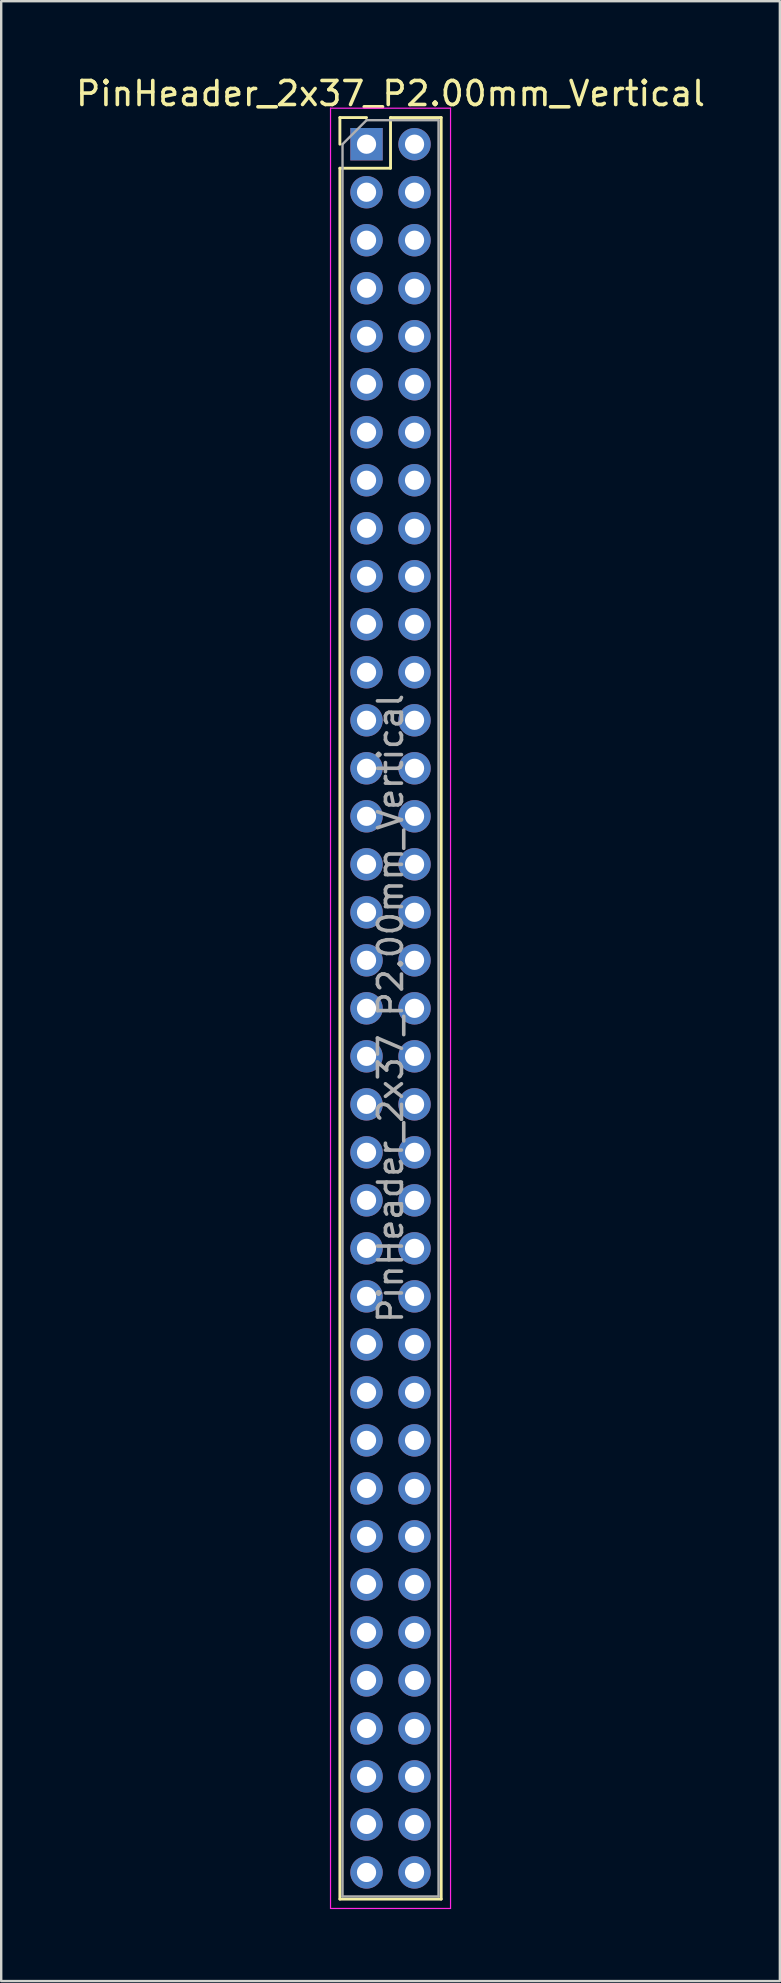
<source format=kicad_pcb>
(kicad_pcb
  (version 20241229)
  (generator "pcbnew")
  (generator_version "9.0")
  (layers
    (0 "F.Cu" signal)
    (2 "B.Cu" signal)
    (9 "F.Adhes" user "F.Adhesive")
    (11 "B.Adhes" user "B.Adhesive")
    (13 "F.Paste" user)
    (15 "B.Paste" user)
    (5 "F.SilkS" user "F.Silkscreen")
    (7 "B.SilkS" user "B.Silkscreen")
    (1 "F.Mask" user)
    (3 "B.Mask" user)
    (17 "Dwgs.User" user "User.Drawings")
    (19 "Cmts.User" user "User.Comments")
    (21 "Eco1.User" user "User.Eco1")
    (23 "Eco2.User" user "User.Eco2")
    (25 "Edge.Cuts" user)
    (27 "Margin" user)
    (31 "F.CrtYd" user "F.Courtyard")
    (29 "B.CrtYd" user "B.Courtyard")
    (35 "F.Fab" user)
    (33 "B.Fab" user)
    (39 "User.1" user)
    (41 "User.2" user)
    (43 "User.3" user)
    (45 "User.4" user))
  (footprint "PinHeader_2x37_P2.00mm_Vertical"
    (layer "F.Cu")
    (at 12.22 2.958)
    (property "Reference" "PinHeader_2x37_P2.00mm_Vertical" (at 1 -2.11 0) (layer "F.SilkS") (effects (font (size 1 1) (thickness 0.15))))
    (attr through_hole)
    (fp_line (start -1.11 -1.11) (end 0 -1.11) (stroke (width 0.12) (type solid)) (layer "F.SilkS"))
    (fp_line (start -1.11 0) (end -1.11 -1.11) (stroke (width 0.12) (type solid)) (layer "F.SilkS"))
    (fp_line (start -1.11 1) (end -1.11 73.11) (stroke (width 0.12) (type solid)) (layer "F.SilkS"))
    (fp_line (start -1.11 1) (end 1 1) (stroke (width 0.12) (type solid)) (layer "F.SilkS"))
    (fp_line (start -1.11 73.11) (end 3.11 73.11) (stroke (width 0.12) (type solid)) (layer "F.SilkS"))
    (fp_line (start 1 -1.11) (end 3.11 -1.11) (stroke (width 0.12) (type solid)) (layer "F.SilkS"))
    (fp_line (start 1 1) (end 1 -1.11) (stroke (width 0.12) (type solid)) (layer "F.SilkS"))
    (fp_line (start 3.11 -1.11) (end 3.11 73.11) (stroke (width 0.12) (type solid)) (layer "F.SilkS"))
    (fp_line (start -1.5 -1.5) (end -1.5 73.5) (stroke (width 0.05) (type solid)) (layer "F.CrtYd"))
    (fp_line (start -1.5 73.5) (end 3.5 73.5) (stroke (width 0.05) (type solid)) (layer "F.CrtYd"))
    (fp_line (start 3.5 -1.5) (end -1.5 -1.5) (stroke (width 0.05) (type solid)) (layer "F.CrtYd"))
    (fp_line (start 3.5 73.5) (end 3.5 -1.5) (stroke (width 0.05) (type solid)) (layer "F.CrtYd"))
    (fp_line (start -1 0) (end 0 -1) (stroke (width 0.1) (type solid)) (layer "F.Fab"))
    (fp_line (start -1 73) (end -1 0) (stroke (width 0.1) (type solid)) (layer "F.Fab"))
    (fp_line (start 0 -1) (end 3 -1) (stroke (width 0.1) (type solid)) (layer "F.Fab"))
    (fp_line (start 3 -1) (end 3 73) (stroke (width 0.1) (type solid)) (layer "F.Fab"))
    (fp_line (start 3 73) (end -1 73) (stroke (width 0.1) (type solid)) (layer "F.Fab"))
    (fp_text user "${REFERENCE}" (at 1 36 90) (layer "F.Fab") (effects (font (size 1 1) (thickness 0.15))))
    (pad "1" thru_hole rect (at 0 0) (size 1.35 1.35) (drill 0.8) (layers "*.Cu" "*.Mask"))
    (pad "2" thru_hole circle (at 2 0) (size 1.35 1.35) (drill 0.8) (layers "*.Cu" "*.Mask"))
    (pad "3" thru_hole circle (at 0 2) (size 1.35 1.35) (drill 0.8) (layers "*.Cu" "*.Mask"))
    (pad "4" thru_hole circle (at 2 2) (size 1.35 1.35) (drill 0.8) (layers "*.Cu" "*.Mask"))
    (pad "5" thru_hole circle (at 0 4) (size 1.35 1.35) (drill 0.8) (layers "*.Cu" "*.Mask"))
    (pad "6" thru_hole circle (at 2 4) (size 1.35 1.35) (drill 0.8) (layers "*.Cu" "*.Mask"))
    (pad "7" thru_hole circle (at 0 6) (size 1.35 1.35) (drill 0.8) (layers "*.Cu" "*.Mask"))
    (pad "8" thru_hole circle (at 2 6) (size 1.35 1.35) (drill 0.8) (layers "*.Cu" "*.Mask"))
    (pad "9" thru_hole circle (at 0 8) (size 1.35 1.35) (drill 0.8) (layers "*.Cu" "*.Mask"))
    (pad "10" thru_hole circle (at 2 8) (size 1.35 1.35) (drill 0.8) (layers "*.Cu" "*.Mask"))
    (pad "11" thru_hole circle (at 0 10) (size 1.35 1.35) (drill 0.8) (layers "*.Cu" "*.Mask"))
    (pad "12" thru_hole circle (at 2 10) (size 1.35 1.35) (drill 0.8) (layers "*.Cu" "*.Mask"))
    (pad "13" thru_hole circle (at 0 12) (size 1.35 1.35) (drill 0.8) (layers "*.Cu" "*.Mask"))
    (pad "14" thru_hole circle (at 2 12) (size 1.35 1.35) (drill 0.8) (layers "*.Cu" "*.Mask"))
    (pad "15" thru_hole circle (at 0 14) (size 1.35 1.35) (drill 0.8) (layers "*.Cu" "*.Mask"))
    (pad "16" thru_hole circle (at 2 14) (size 1.35 1.35) (drill 0.8) (layers "*.Cu" "*.Mask"))
    (pad "17" thru_hole circle (at 0 16) (size 1.35 1.35) (drill 0.8) (layers "*.Cu" "*.Mask"))
    (pad "18" thru_hole circle (at 2 16) (size 1.35 1.35) (drill 0.8) (layers "*.Cu" "*.Mask"))
    (pad "19" thru_hole circle (at 0 18) (size 1.35 1.35) (drill 0.8) (layers "*.Cu" "*.Mask"))
    (pad "20" thru_hole circle (at 2 18) (size 1.35 1.35) (drill 0.8) (layers "*.Cu" "*.Mask"))
    (pad "21" thru_hole circle (at 0 20) (size 1.35 1.35) (drill 0.8) (layers "*.Cu" "*.Mask"))
    (pad "22" thru_hole circle (at 2 20) (size 1.35 1.35) (drill 0.8) (layers "*.Cu" "*.Mask"))
    (pad "23" thru_hole circle (at 0 22) (size 1.35 1.35) (drill 0.8) (layers "*.Cu" "*.Mask"))
    (pad "24" thru_hole circle (at 2 22) (size 1.35 1.35) (drill 0.8) (layers "*.Cu" "*.Mask"))
    (pad "25" thru_hole circle (at 0 24) (size 1.35 1.35) (drill 0.8) (layers "*.Cu" "*.Mask"))
    (pad "26" thru_hole circle (at 2 24) (size 1.35 1.35) (drill 0.8) (layers "*.Cu" "*.Mask"))
    (pad "27" thru_hole circle (at 0 26) (size 1.35 1.35) (drill 0.8) (layers "*.Cu" "*.Mask"))
    (pad "28" thru_hole circle (at 2 26) (size 1.35 1.35) (drill 0.8) (layers "*.Cu" "*.Mask"))
    (pad "29" thru_hole circle (at 0 28) (size 1.35 1.35) (drill 0.8) (layers "*.Cu" "*.Mask"))
    (pad "30" thru_hole circle (at 2 28) (size 1.35 1.35) (drill 0.8) (layers "*.Cu" "*.Mask"))
    (pad "31" thru_hole circle (at 0 30) (size 1.35 1.35) (drill 0.8) (layers "*.Cu" "*.Mask"))
    (pad "32" thru_hole circle (at 2 30) (size 1.35 1.35) (drill 0.8) (layers "*.Cu" "*.Mask"))
    (pad "33" thru_hole circle (at 0 32) (size 1.35 1.35) (drill 0.8) (layers "*.Cu" "*.Mask"))
    (pad "34" thru_hole circle (at 2 32) (size 1.35 1.35) (drill 0.8) (layers "*.Cu" "*.Mask"))
    (pad "35" thru_hole circle (at 0 34) (size 1.35 1.35) (drill 0.8) (layers "*.Cu" "*.Mask"))
    (pad "36" thru_hole circle (at 2 34) (size 1.35 1.35) (drill 0.8) (layers "*.Cu" "*.Mask"))
    (pad "37" thru_hole circle (at 0 36) (size 1.35 1.35) (drill 0.8) (layers "*.Cu" "*.Mask"))
    (pad "38" thru_hole circle (at 2 36) (size 1.35 1.35) (drill 0.8) (layers "*.Cu" "*.Mask"))
    (pad "39" thru_hole circle (at 0 38) (size 1.35 1.35) (drill 0.8) (layers "*.Cu" "*.Mask"))
    (pad "40" thru_hole circle (at 2 38) (size 1.35 1.35) (drill 0.8) (layers "*.Cu" "*.Mask"))
    (pad "41" thru_hole circle (at 0 40) (size 1.35 1.35) (drill 0.8) (layers "*.Cu" "*.Mask"))
    (pad "42" thru_hole circle (at 2 40) (size 1.35 1.35) (drill 0.8) (layers "*.Cu" "*.Mask"))
    (pad "43" thru_hole circle (at 0 42) (size 1.35 1.35) (drill 0.8) (layers "*.Cu" "*.Mask"))
    (pad "44" thru_hole circle (at 2 42) (size 1.35 1.35) (drill 0.8) (layers "*.Cu" "*.Mask"))
    (pad "45" thru_hole circle (at 0 44) (size 1.35 1.35) (drill 0.8) (layers "*.Cu" "*.Mask"))
    (pad "46" thru_hole circle (at 2 44) (size 1.35 1.35) (drill 0.8) (layers "*.Cu" "*.Mask"))
    (pad "47" thru_hole circle (at 0 46) (size 1.35 1.35) (drill 0.8) (layers "*.Cu" "*.Mask"))
    (pad "48" thru_hole circle (at 2 46) (size 1.35 1.35) (drill 0.8) (layers "*.Cu" "*.Mask"))
    (pad "49" thru_hole circle (at 0 48) (size 1.35 1.35) (drill 0.8) (layers "*.Cu" "*.Mask"))
    (pad "50" thru_hole circle (at 2 48) (size 1.35 1.35) (drill 0.8) (layers "*.Cu" "*.Mask"))
    (pad "51" thru_hole circle (at 0 50) (size 1.35 1.35) (drill 0.8) (layers "*.Cu" "*.Mask"))
    (pad "52" thru_hole circle (at 2 50) (size 1.35 1.35) (drill 0.8) (layers "*.Cu" "*.Mask"))
    (pad "53" thru_hole circle (at 0 52) (size 1.35 1.35) (drill 0.8) (layers "*.Cu" "*.Mask"))
    (pad "54" thru_hole circle (at 2 52) (size 1.35 1.35) (drill 0.8) (layers "*.Cu" "*.Mask"))
    (pad "55" thru_hole circle (at 0 54) (size 1.35 1.35) (drill 0.8) (layers "*.Cu" "*.Mask"))
    (pad "56" thru_hole circle (at 2 54) (size 1.35 1.35) (drill 0.8) (layers "*.Cu" "*.Mask"))
    (pad "57" thru_hole circle (at 0 56) (size 1.35 1.35) (drill 0.8) (layers "*.Cu" "*.Mask"))
    (pad "58" thru_hole circle (at 2 56) (size 1.35 1.35) (drill 0.8) (layers "*.Cu" "*.Mask"))
    (pad "59" thru_hole circle (at 0 58) (size 1.35 1.35) (drill 0.8) (layers "*.Cu" "*.Mask"))
    (pad "60" thru_hole circle (at 2 58) (size 1.35 1.35) (drill 0.8) (layers "*.Cu" "*.Mask"))
    (pad "61" thru_hole circle (at 0 60) (size 1.35 1.35) (drill 0.8) (layers "*.Cu" "*.Mask"))
    (pad "62" thru_hole circle (at 2 60) (size 1.35 1.35) (drill 0.8) (layers "*.Cu" "*.Mask"))
    (pad "63" thru_hole circle (at 0 62) (size 1.35 1.35) (drill 0.8) (layers "*.Cu" "*.Mask"))
    (pad "64" thru_hole circle (at 2 62) (size 1.35 1.35) (drill 0.8) (layers "*.Cu" "*.Mask"))
    (pad "65" thru_hole circle (at 0 64) (size 1.35 1.35) (drill 0.8) (layers "*.Cu" "*.Mask"))
    (pad "66" thru_hole circle (at 2 64) (size 1.35 1.35) (drill 0.8) (layers "*.Cu" "*.Mask"))
    (pad "67" thru_hole circle (at 0 66) (size 1.35 1.35) (drill 0.8) (layers "*.Cu" "*.Mask"))
    (pad "68" thru_hole circle (at 2 66) (size 1.35 1.35) (drill 0.8) (layers "*.Cu" "*.Mask"))
    (pad "69" thru_hole circle (at 0 68) (size 1.35 1.35) (drill 0.8) (layers "*.Cu" "*.Mask"))
    (pad "70" thru_hole circle (at 2 68) (size 1.35 1.35) (drill 0.8) (layers "*.Cu" "*.Mask"))
    (pad "71" thru_hole circle (at 0 70) (size 1.35 1.35) (drill 0.8) (layers "*.Cu" "*.Mask"))
    (pad "72" thru_hole circle (at 2 70) (size 1.35 1.35) (drill 0.8) (layers "*.Cu" "*.Mask"))
    (pad "73" thru_hole circle (at 0 72) (size 1.35 1.35) (drill 0.8) (layers "*.Cu" "*.Mask"))
    (pad "74" thru_hole circle (at 2 72) (size 1.35 1.35) (drill 0.8) (layers "*.Cu" "*.Mask")))
  (gr_rect
    (start -3 -3)
    (end 29.44 79.483)
    (stroke (width 0.1) (type default))
    (fill no)
    (layer "Edge.Cuts")))
</source>
